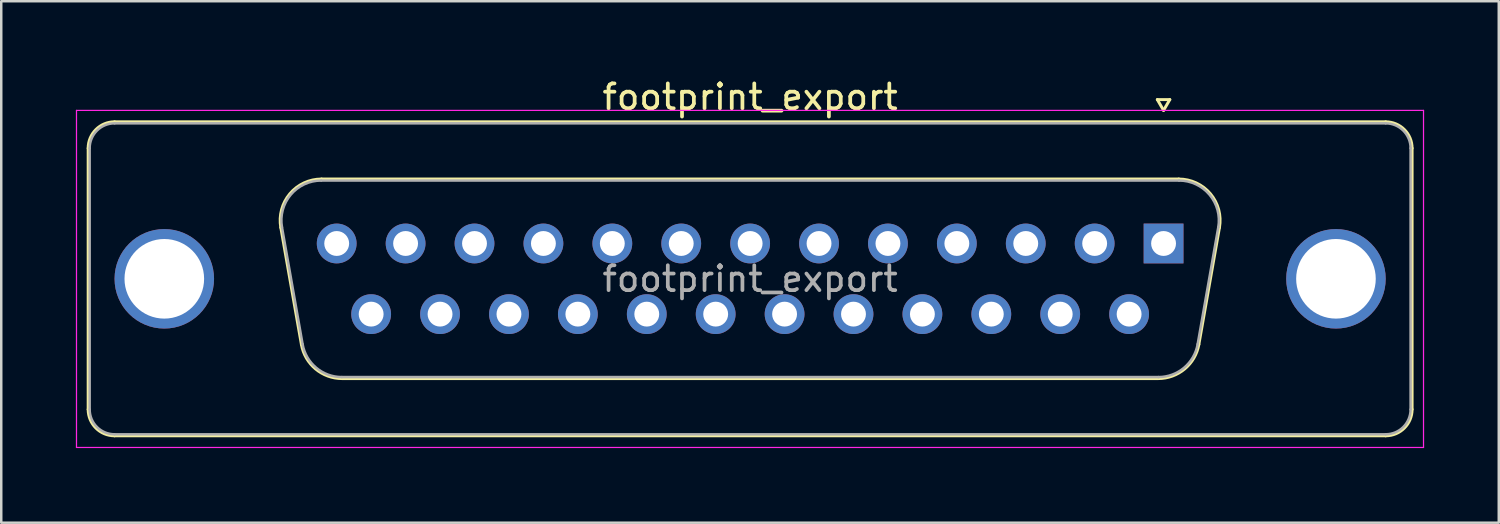
<source format=kicad_pcb>
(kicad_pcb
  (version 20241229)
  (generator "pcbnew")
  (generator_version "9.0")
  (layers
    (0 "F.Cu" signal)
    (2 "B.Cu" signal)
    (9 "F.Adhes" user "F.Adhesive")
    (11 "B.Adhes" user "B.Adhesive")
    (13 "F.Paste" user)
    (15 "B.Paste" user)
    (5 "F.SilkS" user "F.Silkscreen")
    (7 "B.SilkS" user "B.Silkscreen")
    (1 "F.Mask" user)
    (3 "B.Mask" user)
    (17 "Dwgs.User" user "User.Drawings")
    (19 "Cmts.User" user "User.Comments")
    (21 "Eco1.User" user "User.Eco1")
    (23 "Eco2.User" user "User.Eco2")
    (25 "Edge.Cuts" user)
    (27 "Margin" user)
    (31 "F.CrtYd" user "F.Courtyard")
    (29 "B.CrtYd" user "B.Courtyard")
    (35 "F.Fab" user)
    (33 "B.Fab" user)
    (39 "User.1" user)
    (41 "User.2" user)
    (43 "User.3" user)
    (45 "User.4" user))
  (footprint "footprint_export"
    (layer "F.Cu")
    (at 43.725 6.738)
    (property "Reference" "footprint_export" (at -16.62 -5.89 0) (layer "F.SilkS") (effects (font (size 1 1) (thickness 0.15))))
    (attr through_hole)
    (fp_line (start -43.23 6.67) (end -43.23 -3.83) (stroke (width 0.12) (type solid)) (layer "F.SilkS"))
    (fp_line (start -42.17 -4.89) (end 8.93 -4.89) (stroke (width 0.12) (type solid)) (layer "F.SilkS"))
    (fp_line (start -35.486 -0.642) (end -34.658 4.058) (stroke (width 0.12) (type solid)) (layer "F.SilkS"))
    (fp_line (start -33.852 -2.59) (end 0.612 -2.59) (stroke (width 0.12) (type solid)) (layer "F.SilkS"))
    (fp_line (start -33.023 5.43) (end -0.217 5.43) (stroke (width 0.12) (type solid)) (layer "F.SilkS"))
    (fp_line (start -0.25 -5.784) (end 0.25 -5.784) (stroke (width 0.12) (type solid)) (layer "F.SilkS"))
    (fp_line (start 0 -5.351) (end -0.25 -5.784) (stroke (width 0.12) (type solid)) (layer "F.SilkS"))
    (fp_line (start 0.25 -5.784) (end 0 -5.351) (stroke (width 0.12) (type solid)) (layer "F.SilkS"))
    (fp_line (start 2.246 -0.642) (end 1.418 4.058) (stroke (width 0.12) (type solid)) (layer "F.SilkS"))
    (fp_line (start 8.93 7.73) (end -42.17 7.73) (stroke (width 0.12) (type solid)) (layer "F.SilkS"))
    (fp_line (start 9.99 -3.83) (end 9.99 6.67) (stroke (width 0.12) (type solid)) (layer "F.SilkS"))
    (fp_arc (start -43.23 -3.83) (mid -42.919533 -4.579533) (end -42.17 -4.89) (stroke (width 0.12) (type solid)) (layer "F.SilkS"))
    (fp_arc (start -42.17 7.73) (mid -42.919533 7.419533) (end -43.23 6.67) (stroke (width 0.12) (type solid)) (layer "F.SilkS"))
    (fp_arc (start -35.48647 -0.641744) (mid -35.123323 -1.997028) (end -33.851689 -2.59) (stroke (width 0.12) (type solid)) (layer "F.SilkS"))
    (fp_arc (start -33.022952 5.43) (mid -34.089979 5.041634) (end -34.657733 4.058256) (stroke (width 0.12) (type solid)) (layer "F.SilkS"))
    (fp_arc (start 0.611689 -2.59) (mid 1.883323 -1.997027) (end 2.24647 -0.641744) (stroke (width 0.12) (type solid)) (layer "F.SilkS"))
    (fp_arc (start 1.417733 4.058256) (mid 0.84998 5.041634) (end -0.217048 5.43) (stroke (width 0.12) (type solid)) (layer "F.SilkS"))
    (fp_arc (start 8.93 -4.89) (mid 9.679533 -4.579533) (end 9.99 -3.83) (stroke (width 0.12) (type solid)) (layer "F.SilkS"))
    (fp_arc (start 9.99 6.67) (mid 9.679533 7.419533) (end 8.93 7.73) (stroke (width 0.12) (type solid)) (layer "F.SilkS"))
    (fp_line (start -43.7 -5.35) (end -43.7 8.2) (stroke (width 0.05) (type solid)) (layer "F.CrtYd"))
    (fp_line (start -43.7 8.2) (end 10.45 8.2) (stroke (width 0.05) (type solid)) (layer "F.CrtYd"))
    (fp_line (start 10.45 -5.35) (end -43.7 -5.35) (stroke (width 0.05) (type solid)) (layer "F.CrtYd"))
    (fp_line (start 10.45 8.2) (end 10.45 -5.35) (stroke (width 0.05) (type solid)) (layer "F.CrtYd"))
    (fp_line (start -43.17 6.67) (end -43.17 -3.83) (stroke (width 0.1) (type solid)) (layer "F.Fab"))
    (fp_line (start -42.17 -4.83) (end 8.93 -4.83) (stroke (width 0.1) (type solid)) (layer "F.Fab"))
    (fp_line (start -35.439 -0.652) (end -34.61 4.048) (stroke (width 0.1) (type solid)) (layer "F.Fab"))
    (fp_line (start -33.863 -2.53) (end 0.623 -2.53) (stroke (width 0.1) (type solid)) (layer "F.Fab"))
    (fp_line (start -33.034 5.37) (end -0.206 5.37) (stroke (width 0.1) (type solid)) (layer "F.Fab"))
    (fp_line (start 2.199 -0.652) (end 1.37 4.048) (stroke (width 0.1) (type solid)) (layer "F.Fab"))
    (fp_line (start 8.93 7.67) (end -42.17 7.67) (stroke (width 0.1) (type solid)) (layer "F.Fab"))
    (fp_line (start 9.93 -3.83) (end 9.93 6.67) (stroke (width 0.1) (type solid)) (layer "F.Fab"))
    (fp_arc (start -43.17 -3.83) (mid -42.877107 -4.537107) (end -42.17 -4.83) (stroke (width 0.1) (type solid)) (layer "F.Fab"))
    (fp_arc (start -42.17 7.67) (mid -42.877107 7.377107) (end -43.17 6.67) (stroke (width 0.1) (type solid)) (layer "F.Fab"))
    (fp_arc (start -35.438886 -0.652163) (mid -35.088865 -1.95846) (end -33.863194 -2.53) (stroke (width 0.1) (type solid)) (layer "F.Fab"))
    (fp_arc (start -33.034457 5.37) (mid -34.062917 4.995671) (end -34.610149 4.047837) (stroke (width 0.1) (type solid)) (layer "F.Fab"))
    (fp_arc (start 0.623194 -2.53) (mid 1.848865 -1.95846) (end 2.198886 -0.652163) (stroke (width 0.1) (type solid)) (layer "F.Fab"))
    (fp_arc (start 1.370149 4.047837) (mid 0.822917 4.995671) (end -0.205543 5.37) (stroke (width 0.1) (type solid)) (layer "F.Fab"))
    (fp_arc (start 8.93 -4.83) (mid 9.637107 -4.537107) (end 9.93 -3.83) (stroke (width 0.1) (type solid)) (layer "F.Fab"))
    (fp_arc (start 9.93 6.67) (mid 9.637107 7.377107) (end 8.93 7.67) (stroke (width 0.1) (type solid)) (layer "F.Fab"))
    (fp_text user "${REFERENCE}" (at -16.62 1.42 0) (layer "F.Fab") (effects (font (size 1 1) (thickness 0.15))))
    (pad "0" thru_hole circle (at -40.17 1.42) (size 4 4) (drill 3.2) (layers "*.Cu" "*.Mask"))
    (pad "0" thru_hole circle (at 6.93 1.42) (size 4 4) (drill 3.2) (layers "*.Cu" "*.Mask"))
    (pad "1" thru_hole rect (at 0 0) (size 1.6 1.6) (drill 1) (layers "*.Cu" "*.Mask"))
    (pad "2" thru_hole circle (at -2.77 0) (size 1.6 1.6) (drill 1) (layers "*.Cu" "*.Mask"))
    (pad "3" thru_hole circle (at -5.54 0) (size 1.6 1.6) (drill 1) (layers "*.Cu" "*.Mask"))
    (pad "4" thru_hole circle (at -8.31 0) (size 1.6 1.6) (drill 1) (layers "*.Cu" "*.Mask"))
    (pad "5" thru_hole circle (at -11.08 0) (size 1.6 1.6) (drill 1) (layers "*.Cu" "*.Mask"))
    (pad "6" thru_hole circle (at -13.85 0) (size 1.6 1.6) (drill 1) (layers "*.Cu" "*.Mask"))
    (pad "7" thru_hole circle (at -16.62 0) (size 1.6 1.6) (drill 1) (layers "*.Cu" "*.Mask"))
    (pad "8" thru_hole circle (at -19.39 0) (size 1.6 1.6) (drill 1) (layers "*.Cu" "*.Mask"))
    (pad "9" thru_hole circle (at -22.16 0) (size 1.6 1.6) (drill 1) (layers "*.Cu" "*.Mask"))
    (pad "10" thru_hole circle (at -24.93 0) (size 1.6 1.6) (drill 1) (layers "*.Cu" "*.Mask"))
    (pad "11" thru_hole circle (at -27.7 0) (size 1.6 1.6) (drill 1) (layers "*.Cu" "*.Mask"))
    (pad "12" thru_hole circle (at -30.47 0) (size 1.6 1.6) (drill 1) (layers "*.Cu" "*.Mask"))
    (pad "13" thru_hole circle (at -33.24 0) (size 1.6 1.6) (drill 1) (layers "*.Cu" "*.Mask"))
    (pad "14" thru_hole circle (at -1.385 2.84) (size 1.6 1.6) (drill 1) (layers "*.Cu" "*.Mask"))
    (pad "15" thru_hole circle (at -4.155 2.84) (size 1.6 1.6) (drill 1) (layers "*.Cu" "*.Mask"))
    (pad "16" thru_hole circle (at -6.925 2.84) (size 1.6 1.6) (drill 1) (layers "*.Cu" "*.Mask"))
    (pad "17" thru_hole circle (at -9.695 2.84) (size 1.6 1.6) (drill 1) (layers "*.Cu" "*.Mask"))
    (pad "18" thru_hole circle (at -12.465 2.84) (size 1.6 1.6) (drill 1) (layers "*.Cu" "*.Mask"))
    (pad "19" thru_hole circle (at -15.235 2.84) (size 1.6 1.6) (drill 1) (layers "*.Cu" "*.Mask"))
    (pad "20" thru_hole circle (at -18.005 2.84) (size 1.6 1.6) (drill 1) (layers "*.Cu" "*.Mask"))
    (pad "21" thru_hole circle (at -20.775 2.84) (size 1.6 1.6) (drill 1) (layers "*.Cu" "*.Mask"))
    (pad "22" thru_hole circle (at -23.545 2.84) (size 1.6 1.6) (drill 1) (layers "*.Cu" "*.Mask"))
    (pad "23" thru_hole circle (at -26.315 2.84) (size 1.6 1.6) (drill 1) (layers "*.Cu" "*.Mask"))
    (pad "24" thru_hole circle (at -29.085 2.84) (size 1.6 1.6) (drill 1) (layers "*.Cu" "*.Mask"))
    (pad "25" thru_hole circle (at -31.855 2.84) (size 1.6 1.6) (drill 1) (layers "*.Cu" "*.Mask")))
  (gr_rect
    (start -3 -3)
    (end 57.2 17.963)
    (stroke (width 0.1) (type default))
    (fill no)
    (layer "Edge.Cuts")))
</source>
